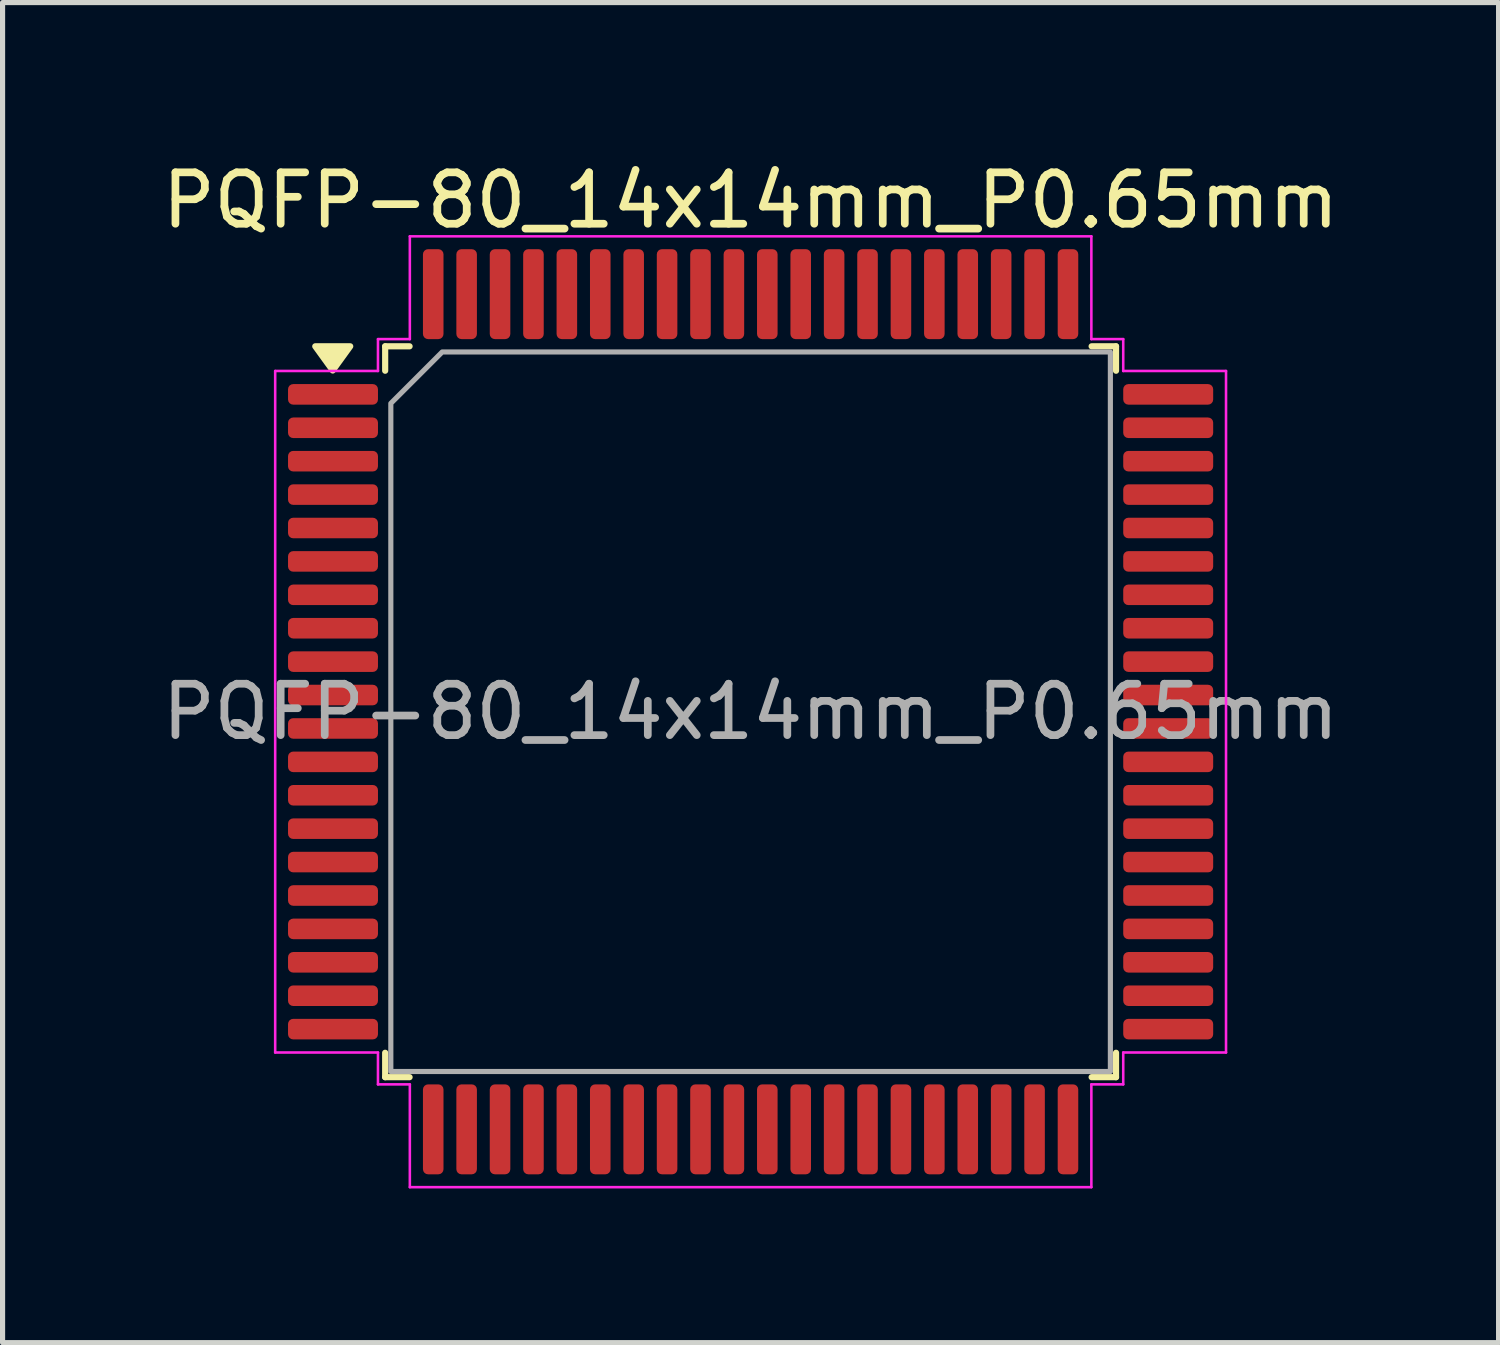
<source format=kicad_pcb>
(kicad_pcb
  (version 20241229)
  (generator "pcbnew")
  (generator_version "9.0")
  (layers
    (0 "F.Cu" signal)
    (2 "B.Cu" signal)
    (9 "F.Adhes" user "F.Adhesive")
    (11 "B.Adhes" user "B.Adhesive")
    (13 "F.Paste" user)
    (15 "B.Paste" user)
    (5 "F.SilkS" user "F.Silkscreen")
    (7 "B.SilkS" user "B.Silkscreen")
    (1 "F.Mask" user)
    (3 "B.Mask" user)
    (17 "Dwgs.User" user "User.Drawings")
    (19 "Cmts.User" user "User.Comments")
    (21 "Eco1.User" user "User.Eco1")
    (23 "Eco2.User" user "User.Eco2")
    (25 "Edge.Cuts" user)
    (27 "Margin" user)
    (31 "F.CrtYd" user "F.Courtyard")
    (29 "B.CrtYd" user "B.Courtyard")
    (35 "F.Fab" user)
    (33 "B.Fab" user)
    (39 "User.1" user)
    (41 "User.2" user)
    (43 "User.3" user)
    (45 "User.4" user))
  (footprint "PQFP-80_14x14mm_P0.65mm"
    (layer "F.Cu")
    (at 11.554 10.798)
    (property "Reference" "PQFP-80_14x14mm_P0.65mm" (at 0 -9.95 0) (layer "F.SilkS") (effects (font (size 1 1) (thickness 0.15))))
    (attr smd allow_soldermask_bridges)
    (fp_line (start -7.11 -7.11) (end -6.635 -7.11) (stroke (width 0.12) (type solid)) (layer "F.SilkS"))
    (fp_line (start -7.11 -6.635) (end -7.11 -7.11) (stroke (width 0.12) (type solid)) (layer "F.SilkS"))
    (fp_line (start -7.11 7.11) (end -7.11 6.635) (stroke (width 0.12) (type solid)) (layer "F.SilkS"))
    (fp_line (start -6.635 7.11) (end -7.11 7.11) (stroke (width 0.12) (type solid)) (layer "F.SilkS"))
    (fp_line (start 6.635 -7.11) (end 7.11 -7.11) (stroke (width 0.12) (type solid)) (layer "F.SilkS"))
    (fp_line (start 7.11 -7.11) (end 7.11 -6.635) (stroke (width 0.12) (type solid)) (layer "F.SilkS"))
    (fp_line (start 7.11 6.635) (end 7.11 7.11) (stroke (width 0.12) (type solid)) (layer "F.SilkS"))
    (fp_line (start 7.11 7.11) (end 6.635 7.11) (stroke (width 0.12) (type solid)) (layer "F.SilkS"))
    (fp_poly (pts (xy -8.13 -6.64) (xy -8.47 -7.11) (xy -7.79 -7.11)) (stroke (width 0.12) (type solid)) (fill yes) (layer "F.SilkS"))
    (fp_line (start -9.25 -6.63) (end -7.25 -6.63) (stroke (width 0.05) (type solid)) (layer "F.CrtYd"))
    (fp_line (start -9.25 6.63) (end -9.25 -6.63) (stroke (width 0.05) (type solid)) (layer "F.CrtYd"))
    (fp_line (start -7.25 -7.25) (end -6.63 -7.25) (stroke (width 0.05) (type solid)) (layer "F.CrtYd"))
    (fp_line (start -7.25 -6.63) (end -7.25 -7.25) (stroke (width 0.05) (type solid)) (layer "F.CrtYd"))
    (fp_line (start -7.25 6.63) (end -9.25 6.63) (stroke (width 0.05) (type solid)) (layer "F.CrtYd"))
    (fp_line (start -7.25 7.25) (end -7.25 6.63) (stroke (width 0.05) (type solid)) (layer "F.CrtYd"))
    (fp_line (start -6.63 -9.25) (end 6.63 -9.25) (stroke (width 0.05) (type solid)) (layer "F.CrtYd"))
    (fp_line (start -6.63 -7.25) (end -6.63 -9.25) (stroke (width 0.05) (type solid)) (layer "F.CrtYd"))
    (fp_line (start -6.63 7.25) (end -7.25 7.25) (stroke (width 0.05) (type solid)) (layer "F.CrtYd"))
    (fp_line (start -6.63 9.25) (end -6.63 7.25) (stroke (width 0.05) (type solid)) (layer "F.CrtYd"))
    (fp_line (start 6.63 -9.25) (end 6.63 -7.25) (stroke (width 0.05) (type solid)) (layer "F.CrtYd"))
    (fp_line (start 6.63 -7.25) (end 7.25 -7.25) (stroke (width 0.05) (type solid)) (layer "F.CrtYd"))
    (fp_line (start 6.63 7.25) (end 6.63 9.25) (stroke (width 0.05) (type solid)) (layer "F.CrtYd"))
    (fp_line (start 6.63 9.25) (end -6.63 9.25) (stroke (width 0.05) (type solid)) (layer "F.CrtYd"))
    (fp_line (start 7.25 -7.25) (end 7.25 -6.63) (stroke (width 0.05) (type solid)) (layer "F.CrtYd"))
    (fp_line (start 7.25 -6.63) (end 9.25 -6.63) (stroke (width 0.05) (type solid)) (layer "F.CrtYd"))
    (fp_line (start 7.25 6.63) (end 7.25 7.25) (stroke (width 0.05) (type solid)) (layer "F.CrtYd"))
    (fp_line (start 7.25 7.25) (end 6.63 7.25) (stroke (width 0.05) (type solid)) (layer "F.CrtYd"))
    (fp_line (start 9.25 -6.63) (end 9.25 6.63) (stroke (width 0.05) (type solid)) (layer "F.CrtYd"))
    (fp_line (start 9.25 6.63) (end 7.25 6.63) (stroke (width 0.05) (type solid)) (layer "F.CrtYd"))
    (fp_poly (pts (xy -7 -6) (xy -7 7) (xy 7 7) (xy 7 -7) (xy -6 -7)) (stroke (width 0.1) (type solid)) (fill no) (layer "F.Fab"))
    (fp_text user "${REFERENCE}" (at 0 0 0) (layer "F.Fab") (effects (font (size 1 1) (thickness 0.15))))
    (pad "1" smd roundrect (at -8.125 -6.175) (size 1.75 0.4) (layers "F.Cu" "F.Mask" "F.Paste") (roundrect_rratio 0.25))
    (pad "2" smd roundrect (at -8.125 -5.525) (size 1.75 0.4) (layers "F.Cu" "F.Mask" "F.Paste") (roundrect_rratio 0.25))
    (pad "3" smd roundrect (at -8.125 -4.875) (size 1.75 0.4) (layers "F.Cu" "F.Mask" "F.Paste") (roundrect_rratio 0.25))
    (pad "4" smd roundrect (at -8.125 -4.225) (size 1.75 0.4) (layers "F.Cu" "F.Mask" "F.Paste") (roundrect_rratio 0.25))
    (pad "5" smd roundrect (at -8.125 -3.575) (size 1.75 0.4) (layers "F.Cu" "F.Mask" "F.Paste") (roundrect_rratio 0.25))
    (pad "6" smd roundrect (at -8.125 -2.925) (size 1.75 0.4) (layers "F.Cu" "F.Mask" "F.Paste") (roundrect_rratio 0.25))
    (pad "7" smd roundrect (at -8.125 -2.275) (size 1.75 0.4) (layers "F.Cu" "F.Mask" "F.Paste") (roundrect_rratio 0.25))
    (pad "8" smd roundrect (at -8.125 -1.625) (size 1.75 0.4) (layers "F.Cu" "F.Mask" "F.Paste") (roundrect_rratio 0.25))
    (pad "9" smd roundrect (at -8.125 -0.975) (size 1.75 0.4) (layers "F.Cu" "F.Mask" "F.Paste") (roundrect_rratio 0.25))
    (pad "10" smd roundrect (at -8.125 -0.325) (size 1.75 0.4) (layers "F.Cu" "F.Mask" "F.Paste") (roundrect_rratio 0.25))
    (pad "11" smd roundrect (at -8.125 0.325) (size 1.75 0.4) (layers "F.Cu" "F.Mask" "F.Paste") (roundrect_rratio 0.25))
    (pad "12" smd roundrect (at -8.125 0.975) (size 1.75 0.4) (layers "F.Cu" "F.Mask" "F.Paste") (roundrect_rratio 0.25))
    (pad "13" smd roundrect (at -8.125 1.625) (size 1.75 0.4) (layers "F.Cu" "F.Mask" "F.Paste") (roundrect_rratio 0.25))
    (pad "14" smd roundrect (at -8.125 2.275) (size 1.75 0.4) (layers "F.Cu" "F.Mask" "F.Paste") (roundrect_rratio 0.25))
    (pad "15" smd roundrect (at -8.125 2.925) (size 1.75 0.4) (layers "F.Cu" "F.Mask" "F.Paste") (roundrect_rratio 0.25))
    (pad "16" smd roundrect (at -8.125 3.575) (size 1.75 0.4) (layers "F.Cu" "F.Mask" "F.Paste") (roundrect_rratio 0.25))
    (pad "17" smd roundrect (at -8.125 4.225) (size 1.75 0.4) (layers "F.Cu" "F.Mask" "F.Paste") (roundrect_rratio 0.25))
    (pad "18" smd roundrect (at -8.125 4.875) (size 1.75 0.4) (layers "F.Cu" "F.Mask" "F.Paste") (roundrect_rratio 0.25))
    (pad "19" smd roundrect (at -8.125 5.525) (size 1.75 0.4) (layers "F.Cu" "F.Mask" "F.Paste") (roundrect_rratio 0.25))
    (pad "20" smd roundrect (at -8.125 6.175) (size 1.75 0.4) (layers "F.Cu" "F.Mask" "F.Paste") (roundrect_rratio 0.25))
    (pad "21" smd roundrect (at -6.175 8.125) (size 0.4 1.75) (layers "F.Cu" "F.Mask" "F.Paste") (roundrect_rratio 0.25))
    (pad "22" smd roundrect (at -5.525 8.125) (size 0.4 1.75) (layers "F.Cu" "F.Mask" "F.Paste") (roundrect_rratio 0.25))
    (pad "23" smd roundrect (at -4.875 8.125) (size 0.4 1.75) (layers "F.Cu" "F.Mask" "F.Paste") (roundrect_rratio 0.25))
    (pad "24" smd roundrect (at -4.225 8.125) (size 0.4 1.75) (layers "F.Cu" "F.Mask" "F.Paste") (roundrect_rratio 0.25))
    (pad "25" smd roundrect (at -3.575 8.125) (size 0.4 1.75) (layers "F.Cu" "F.Mask" "F.Paste") (roundrect_rratio 0.25))
    (pad "26" smd roundrect (at -2.925 8.125) (size 0.4 1.75) (layers "F.Cu" "F.Mask" "F.Paste") (roundrect_rratio 0.25))
    (pad "27" smd roundrect (at -2.275 8.125) (size 0.4 1.75) (layers "F.Cu" "F.Mask" "F.Paste") (roundrect_rratio 0.25))
    (pad "28" smd roundrect (at -1.625 8.125) (size 0.4 1.75) (layers "F.Cu" "F.Mask" "F.Paste") (roundrect_rratio 0.25))
    (pad "29" smd roundrect (at -0.975 8.125) (size 0.4 1.75) (layers "F.Cu" "F.Mask" "F.Paste") (roundrect_rratio 0.25))
    (pad "30" smd roundrect (at -0.325 8.125) (size 0.4 1.75) (layers "F.Cu" "F.Mask" "F.Paste") (roundrect_rratio 0.25))
    (pad "31" smd roundrect (at 0.325 8.125) (size 0.4 1.75) (layers "F.Cu" "F.Mask" "F.Paste") (roundrect_rratio 0.25))
    (pad "32" smd roundrect (at 0.975 8.125) (size 0.4 1.75) (layers "F.Cu" "F.Mask" "F.Paste") (roundrect_rratio 0.25))
    (pad "33" smd roundrect (at 1.625 8.125) (size 0.4 1.75) (layers "F.Cu" "F.Mask" "F.Paste") (roundrect_rratio 0.25))
    (pad "34" smd roundrect (at 2.275 8.125) (size 0.4 1.75) (layers "F.Cu" "F.Mask" "F.Paste") (roundrect_rratio 0.25))
    (pad "35" smd roundrect (at 2.925 8.125) (size 0.4 1.75) (layers "F.Cu" "F.Mask" "F.Paste") (roundrect_rratio 0.25))
    (pad "36" smd roundrect (at 3.575 8.125) (size 0.4 1.75) (layers "F.Cu" "F.Mask" "F.Paste") (roundrect_rratio 0.25))
    (pad "37" smd roundrect (at 4.225 8.125) (size 0.4 1.75) (layers "F.Cu" "F.Mask" "F.Paste") (roundrect_rratio 0.25))
    (pad "38" smd roundrect (at 4.875 8.125) (size 0.4 1.75) (layers "F.Cu" "F.Mask" "F.Paste") (roundrect_rratio 0.25))
    (pad "39" smd roundrect (at 5.525 8.125) (size 0.4 1.75) (layers "F.Cu" "F.Mask" "F.Paste") (roundrect_rratio 0.25))
    (pad "40" smd roundrect (at 6.175 8.125) (size 0.4 1.75) (layers "F.Cu" "F.Mask" "F.Paste") (roundrect_rratio 0.25))
    (pad "41" smd roundrect (at 8.125 6.175) (size 1.75 0.4) (layers "F.Cu" "F.Mask" "F.Paste") (roundrect_rratio 0.25))
    (pad "42" smd roundrect (at 8.125 5.525) (size 1.75 0.4) (layers "F.Cu" "F.Mask" "F.Paste") (roundrect_rratio 0.25))
    (pad "43" smd roundrect (at 8.125 4.875) (size 1.75 0.4) (layers "F.Cu" "F.Mask" "F.Paste") (roundrect_rratio 0.25))
    (pad "44" smd roundrect (at 8.125 4.225) (size 1.75 0.4) (layers "F.Cu" "F.Mask" "F.Paste") (roundrect_rratio 0.25))
    (pad "45" smd roundrect (at 8.125 3.575) (size 1.75 0.4) (layers "F.Cu" "F.Mask" "F.Paste") (roundrect_rratio 0.25))
    (pad "46" smd roundrect (at 8.125 2.925) (size 1.75 0.4) (layers "F.Cu" "F.Mask" "F.Paste") (roundrect_rratio 0.25))
    (pad "47" smd roundrect (at 8.125 2.275) (size 1.75 0.4) (layers "F.Cu" "F.Mask" "F.Paste") (roundrect_rratio 0.25))
    (pad "48" smd roundrect (at 8.125 1.625) (size 1.75 0.4) (layers "F.Cu" "F.Mask" "F.Paste") (roundrect_rratio 0.25))
    (pad "49" smd roundrect (at 8.125 0.975) (size 1.75 0.4) (layers "F.Cu" "F.Mask" "F.Paste") (roundrect_rratio 0.25))
    (pad "50" smd roundrect (at 8.125 0.325) (size 1.75 0.4) (layers "F.Cu" "F.Mask" "F.Paste") (roundrect_rratio 0.25))
    (pad "51" smd roundrect (at 8.125 -0.325) (size 1.75 0.4) (layers "F.Cu" "F.Mask" "F.Paste") (roundrect_rratio 0.25))
    (pad "52" smd roundrect (at 8.125 -0.975) (size 1.75 0.4) (layers "F.Cu" "F.Mask" "F.Paste") (roundrect_rratio 0.25))
    (pad "53" smd roundrect (at 8.125 -1.625) (size 1.75 0.4) (layers "F.Cu" "F.Mask" "F.Paste") (roundrect_rratio 0.25))
    (pad "54" smd roundrect (at 8.125 -2.275) (size 1.75 0.4) (layers "F.Cu" "F.Mask" "F.Paste") (roundrect_rratio 0.25))
    (pad "55" smd roundrect (at 8.125 -2.925) (size 1.75 0.4) (layers "F.Cu" "F.Mask" "F.Paste") (roundrect_rratio 0.25))
    (pad "56" smd roundrect (at 8.125 -3.575) (size 1.75 0.4) (layers "F.Cu" "F.Mask" "F.Paste") (roundrect_rratio 0.25))
    (pad "57" smd roundrect (at 8.125 -4.225) (size 1.75 0.4) (layers "F.Cu" "F.Mask" "F.Paste") (roundrect_rratio 0.25))
    (pad "58" smd roundrect (at 8.125 -4.875) (size 1.75 0.4) (layers "F.Cu" "F.Mask" "F.Paste") (roundrect_rratio 0.25))
    (pad "59" smd roundrect (at 8.125 -5.525) (size 1.75 0.4) (layers "F.Cu" "F.Mask" "F.Paste") (roundrect_rratio 0.25))
    (pad "60" smd roundrect (at 8.125 -6.175) (size 1.75 0.4) (layers "F.Cu" "F.Mask" "F.Paste") (roundrect_rratio 0.25))
    (pad "61" smd roundrect (at 6.175 -8.125) (size 0.4 1.75) (layers "F.Cu" "F.Mask" "F.Paste") (roundrect_rratio 0.25))
    (pad "62" smd roundrect (at 5.525 -8.125) (size 0.4 1.75) (layers "F.Cu" "F.Mask" "F.Paste") (roundrect_rratio 0.25))
    (pad "63" smd roundrect (at 4.875 -8.125) (size 0.4 1.75) (layers "F.Cu" "F.Mask" "F.Paste") (roundrect_rratio 0.25))
    (pad "64" smd roundrect (at 4.225 -8.125) (size 0.4 1.75) (layers "F.Cu" "F.Mask" "F.Paste") (roundrect_rratio 0.25))
    (pad "65" smd roundrect (at 3.575 -8.125) (size 0.4 1.75) (layers "F.Cu" "F.Mask" "F.Paste") (roundrect_rratio 0.25))
    (pad "66" smd roundrect (at 2.925 -8.125) (size 0.4 1.75) (layers "F.Cu" "F.Mask" "F.Paste") (roundrect_rratio 0.25))
    (pad "67" smd roundrect (at 2.275 -8.125) (size 0.4 1.75) (layers "F.Cu" "F.Mask" "F.Paste") (roundrect_rratio 0.25))
    (pad "68" smd roundrect (at 1.625 -8.125) (size 0.4 1.75) (layers "F.Cu" "F.Mask" "F.Paste") (roundrect_rratio 0.25))
    (pad "69" smd roundrect (at 0.975 -8.125) (size 0.4 1.75) (layers "F.Cu" "F.Mask" "F.Paste") (roundrect_rratio 0.25))
    (pad "70" smd roundrect (at 0.325 -8.125) (size 0.4 1.75) (layers "F.Cu" "F.Mask" "F.Paste") (roundrect_rratio 0.25))
    (pad "71" smd roundrect (at -0.325 -8.125) (size 0.4 1.75) (layers "F.Cu" "F.Mask" "F.Paste") (roundrect_rratio 0.25))
    (pad "72" smd roundrect (at -0.975 -8.125) (size 0.4 1.75) (layers "F.Cu" "F.Mask" "F.Paste") (roundrect_rratio 0.25))
    (pad "73" smd roundrect (at -1.625 -8.125) (size 0.4 1.75) (layers "F.Cu" "F.Mask" "F.Paste") (roundrect_rratio 0.25))
    (pad "74" smd roundrect (at -2.275 -8.125) (size 0.4 1.75) (layers "F.Cu" "F.Mask" "F.Paste") (roundrect_rratio 0.25))
    (pad "75" smd roundrect (at -2.925 -8.125) (size 0.4 1.75) (layers "F.Cu" "F.Mask" "F.Paste") (roundrect_rratio 0.25))
    (pad "76" smd roundrect (at -3.575 -8.125) (size 0.4 1.75) (layers "F.Cu" "F.Mask" "F.Paste") (roundrect_rratio 0.25))
    (pad "77" smd roundrect (at -4.225 -8.125) (size 0.4 1.75) (layers "F.Cu" "F.Mask" "F.Paste") (roundrect_rratio 0.25))
    (pad "78" smd roundrect (at -4.875 -8.125) (size 0.4 1.75) (layers "F.Cu" "F.Mask" "F.Paste") (roundrect_rratio 0.25))
    (pad "79" smd roundrect (at -5.525 -8.125) (size 0.4 1.75) (layers "F.Cu" "F.Mask" "F.Paste") (roundrect_rratio 0.25))
    (pad "80" smd roundrect (at -6.175 -8.125) (size 0.4 1.75) (layers "F.Cu" "F.Mask" "F.Paste") (roundrect_rratio 0.25)))
  (gr_rect
    (start -3 -3)
    (end 26.107 23.073)
    (stroke (width 0.1) (type default))
    (fill no)
    (layer "Edge.Cuts")))
</source>
